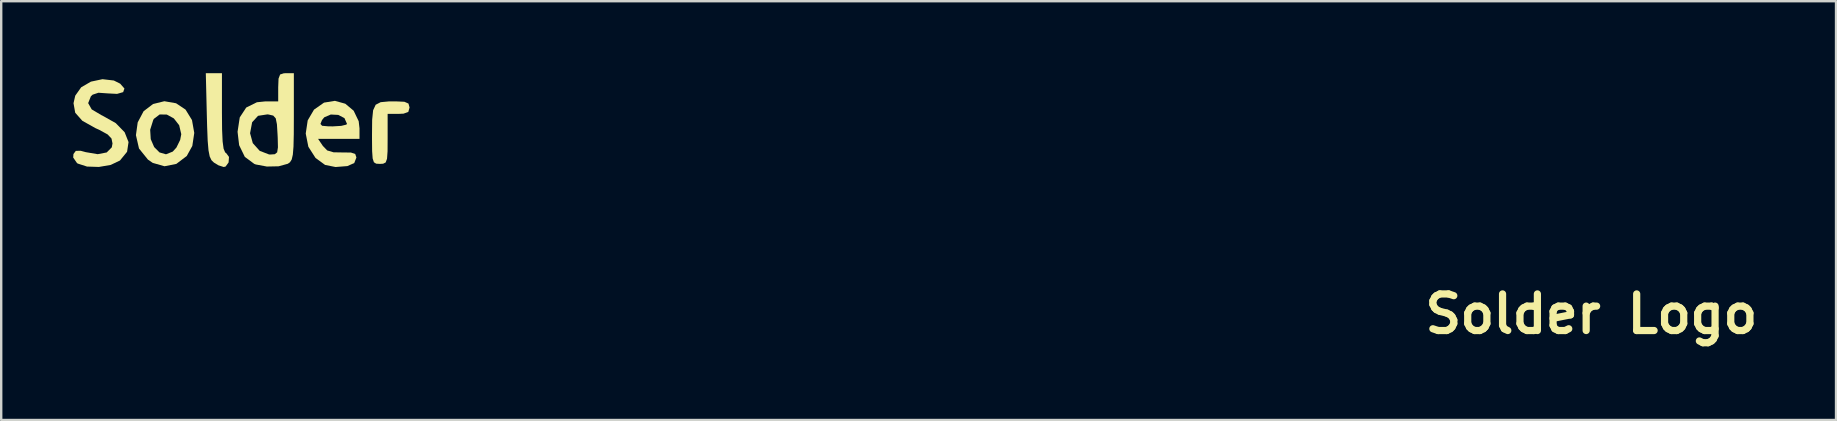
<source format=kicad_pcb>
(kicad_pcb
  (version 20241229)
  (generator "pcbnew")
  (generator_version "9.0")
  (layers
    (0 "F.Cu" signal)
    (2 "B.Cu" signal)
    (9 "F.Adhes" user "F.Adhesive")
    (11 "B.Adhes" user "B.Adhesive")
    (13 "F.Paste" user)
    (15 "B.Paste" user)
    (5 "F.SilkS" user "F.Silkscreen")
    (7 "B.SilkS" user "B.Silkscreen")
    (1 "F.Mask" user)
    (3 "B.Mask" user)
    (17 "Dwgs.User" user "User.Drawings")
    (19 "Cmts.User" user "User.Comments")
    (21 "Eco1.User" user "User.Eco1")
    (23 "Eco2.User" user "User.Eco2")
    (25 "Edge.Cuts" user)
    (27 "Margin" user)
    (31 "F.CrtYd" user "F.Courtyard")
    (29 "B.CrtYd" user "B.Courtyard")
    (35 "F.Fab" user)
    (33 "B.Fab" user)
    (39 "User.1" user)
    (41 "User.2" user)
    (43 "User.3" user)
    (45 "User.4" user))
  (footprint "Solder Logo"
    (layer "F.Cu")
    (at 63.248 10.03)
    (property "Reference" "Solder Logo" (at 0 0 0) (layer "F.SilkS") (effects (font (size 1.524 1.524) (thickness 0.3))))
    (attr board_only exclude_from_pos_files exclude_from_bom)
    (fp_poly (pts (xy -57.052 -8.397) (xy -57.046 -7.682) (xy -57.024 -7.191) (xy -56.983 -6.886) (xy -56.918 -6.731) (xy -56.871 -6.696) (xy -56.758 -6.542) (xy -56.775 -6.313) (xy -56.898 -6.143) (xy -56.977 -6.122) (xy -57.198 -6.193) (xy -57.386 -6.307) (xy -57.489 -6.407) (xy -57.562 -6.563) (xy -57.612 -6.818) (xy -57.646 -7.218) (xy -57.669 -7.808) (xy -57.681 -8.261) (xy -57.724 -10.03) (xy -57.052 -10.03)) (stroke (width 0) (type solid)) (fill yes) (layer "F.SilkS"))
    (fp_poly (pts (xy -49.45 -8.84) (xy -49.281 -8.766) (xy -49.237 -8.608) (xy -49.237 -8.597) (xy -49.288 -8.417) (xy -49.487 -8.345) (xy -49.693 -8.336) (xy -50.149 -8.336) (xy -50.149 -7.294) (xy -50.152 -6.778) (xy -50.174 -6.468) (xy -50.23 -6.313) (xy -50.337 -6.259) (xy -50.474 -6.252) (xy -50.626 -6.261) (xy -50.721 -6.32) (xy -50.773 -6.478) (xy -50.795 -6.785) (xy -50.8 -7.289) (xy -50.8 -7.476) (xy -50.794 -8.088) (xy -50.754 -8.486) (xy -50.647 -8.716) (xy -50.44 -8.823) (xy -50.1 -8.855) (xy -49.812 -8.857)) (stroke (width 0) (type solid)) (fill yes) (layer "F.SilkS"))
    (fp_poly (pts (xy -58.964 -8.778) (xy -58.568 -8.514) (xy -58.3 -8.078) (xy -58.205 -7.542) (xy -58.286 -7.001) (xy -58.518 -6.581) (xy -58.952 -6.252) (xy -59.445 -6.154) (xy -59.936 -6.294) (xy -60.136 -6.432) (xy -60.507 -6.893) (xy -60.635 -7.449) (xy -60.604 -7.674) (xy -60.042 -7.674) (xy -60.018 -7.283) (xy -59.876 -6.954) (xy -59.653 -6.73) (xy -59.383 -6.652) (xy -59.102 -6.764) (xy -58.948 -6.933) (xy -58.792 -7.252) (xy -58.746 -7.49) (xy -58.834 -7.863) (xy -59.056 -8.147) (xy -59.348 -8.307) (xy -59.646 -8.312) (xy -59.886 -8.13) (xy -59.913 -8.084) (xy -60.042 -7.674) (xy -60.604 -7.674) (xy -60.561 -7.982) (xy -60.315 -8.447) (xy -59.923 -8.746) (xy -59.451 -8.863)) (stroke (width 0) (type solid)) (fill yes) (layer "F.SilkS"))
    (fp_poly (pts (xy -51.914 -8.759) (xy -51.565 -8.468) (xy -51.355 -8.031) (xy -51.321 -7.733) (xy -51.321 -7.294) (xy -53.046 -7.294) (xy -52.848 -7.001) (xy -52.667 -6.813) (xy -52.403 -6.735) (xy -52.05 -6.729) (xy -51.677 -6.725) (xy -51.499 -6.664) (xy -51.451 -6.523) (xy -51.451 -6.515) (xy -51.54 -6.288) (xy -51.825 -6.161) (xy -52.319 -6.122) (xy -52.754 -6.208) (xy -53.149 -6.497) (xy -53.155 -6.503) (xy -53.452 -6.966) (xy -53.561 -7.516) (xy -53.501 -7.917) (xy -52.948 -7.917) (xy -52.879 -7.84) (xy -52.626 -7.817) (xy -52.433 -7.815) (xy -52.082 -7.836) (xy -51.87 -7.888) (xy -51.842 -7.92) (xy -51.948 -8.159) (xy -52.205 -8.293) (xy -52.517 -8.309) (xy -52.79 -8.192) (xy -52.884 -8.076) (xy -52.948 -7.917) (xy -53.501 -7.917) (xy -53.479 -8.065) (xy -53.216 -8.513) (xy -52.799 -8.805) (xy -52.345 -8.879)) (stroke (width 0) (type solid)) (fill yes) (layer "F.SilkS"))
    (fp_poly (pts (xy -61.555 -9.726) (xy -61.291 -9.594) (xy -61.114 -9.392) (xy -61.167 -9.242) (xy -61.42 -9.169) (xy -61.793 -9.188) (xy -62.197 -9.216) (xy -62.439 -9.136) (xy -62.513 -9.066) (xy -62.625 -8.784) (xy -62.478 -8.523) (xy -62.072 -8.282) (xy -62.042 -8.269) (xy -61.476 -7.951) (xy -61.105 -7.57) (xy -60.943 -7.161) (xy -61.004 -6.757) (xy -61.3 -6.394) (xy -61.303 -6.392) (xy -61.685 -6.21) (xy -62.179 -6.125) (xy -62.673 -6.141) (xy -63.059 -6.266) (xy -63.091 -6.288) (xy -63.248 -6.516) (xy -63.238 -6.664) (xy -63.139 -6.795) (xy -62.937 -6.798) (xy -62.724 -6.741) (xy -62.228 -6.657) (xy -61.852 -6.729) (xy -61.641 -6.942) (xy -61.611 -7.103) (xy -61.653 -7.309) (xy -61.815 -7.48) (xy -62.151 -7.664) (xy -62.328 -7.745) (xy -62.868 -8.048) (xy -63.165 -8.384) (xy -63.235 -8.78) (xy -63.163 -9.095) (xy -62.916 -9.443) (xy -62.51 -9.679) (xy -62.028 -9.781)) (stroke (width 0) (type solid)) (fill yes) (layer "F.SilkS"))
    (fp_poly (pts (xy -54.056 -8.211) (xy -54.059 -7.484) (xy -54.071 -6.974) (xy -54.098 -6.639) (xy -54.145 -6.436) (xy -54.218 -6.32) (xy -54.308 -6.257) (xy -54.691 -6.152) (xy -55.18 -6.142) (xy -55.64 -6.228) (xy -55.703 -6.251) (xy -56.099 -6.545) (xy -56.335 -7.031) (xy -56.394 -7.53) (xy -55.88 -7.53) (xy -55.767 -7.117) (xy -55.479 -6.796) (xy -55.091 -6.646) (xy -55.027 -6.643) (xy -54.847 -6.656) (xy -54.751 -6.735) (xy -54.719 -6.941) (xy -54.728 -7.332) (xy -54.734 -7.457) (xy -54.761 -7.902) (xy -54.811 -8.15) (xy -54.914 -8.264) (xy -55.101 -8.308) (xy -55.157 -8.315) (xy -55.547 -8.255) (xy -55.794 -7.987) (xy -55.88 -7.53) (xy -56.394 -7.53) (xy -56.401 -7.59) (xy -56.31 -8.188) (xy -56.04 -8.6) (xy -55.595 -8.82) (xy -55.235 -8.857) (xy -54.708 -8.857) (xy -54.708 -9.444) (xy -54.694 -9.805) (xy -54.628 -9.977) (xy -54.47 -10.028) (xy -54.382 -10.03) (xy -54.056 -10.03)) (stroke (width 0) (type solid)) (fill yes) (layer "F.SilkS")))
  (gr_rect
    (start -3 -3)
    (end 73.44 14.448)
    (stroke (width 0.1) (type default))
    (fill no)
    (layer "Edge.Cuts")))
</source>
